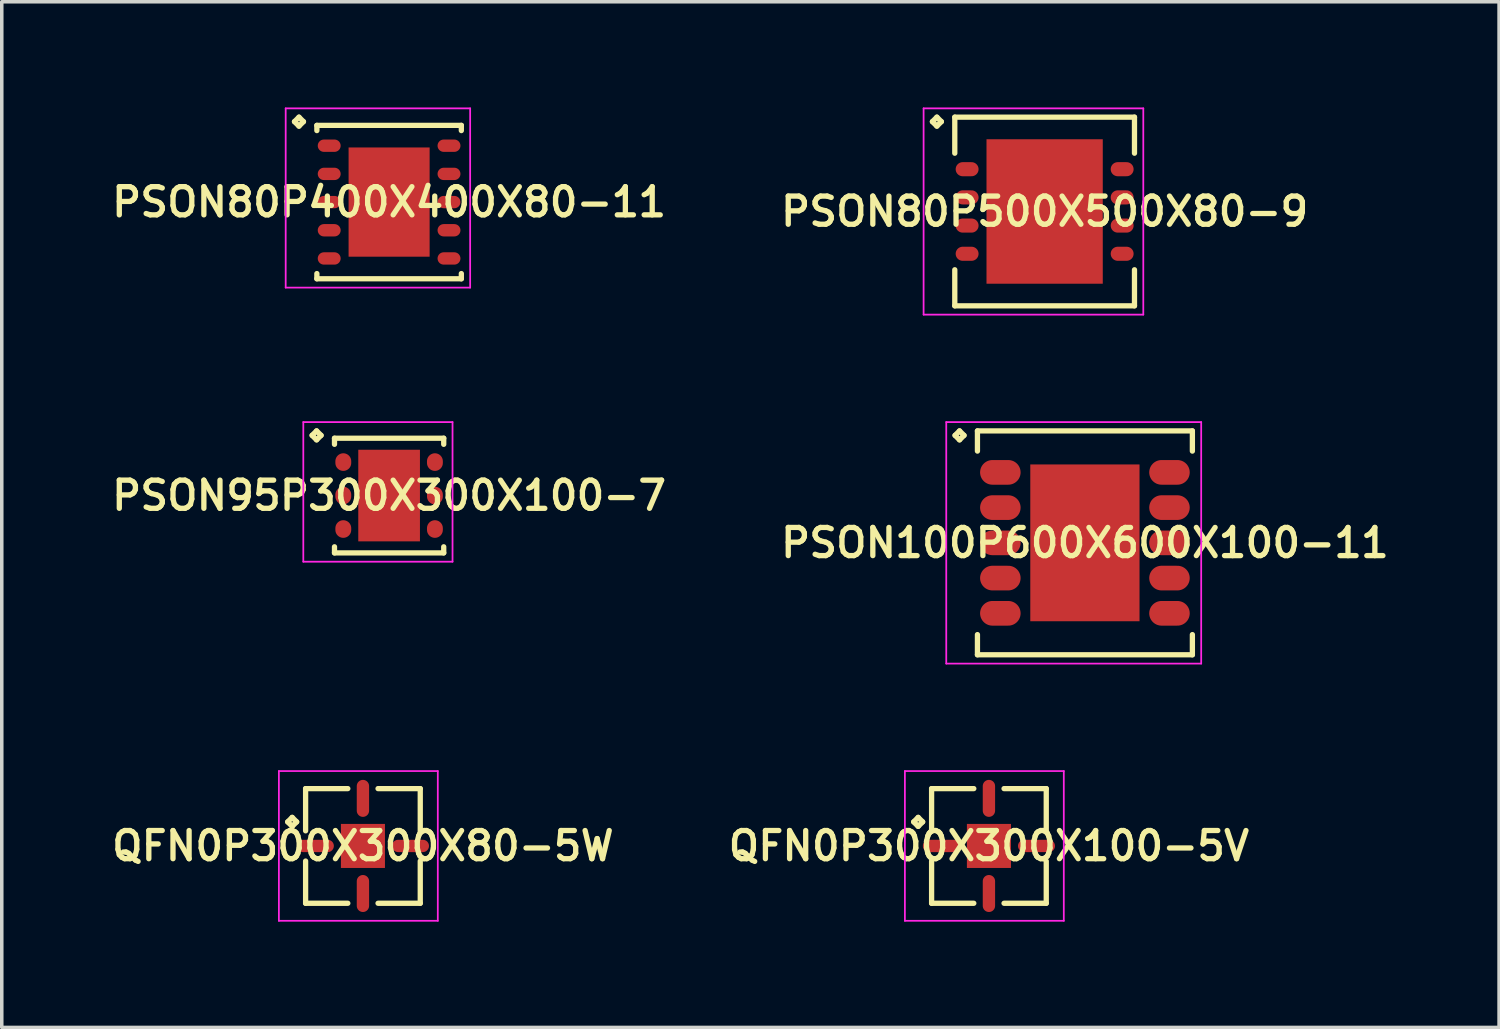
<source format=kicad_pcb>
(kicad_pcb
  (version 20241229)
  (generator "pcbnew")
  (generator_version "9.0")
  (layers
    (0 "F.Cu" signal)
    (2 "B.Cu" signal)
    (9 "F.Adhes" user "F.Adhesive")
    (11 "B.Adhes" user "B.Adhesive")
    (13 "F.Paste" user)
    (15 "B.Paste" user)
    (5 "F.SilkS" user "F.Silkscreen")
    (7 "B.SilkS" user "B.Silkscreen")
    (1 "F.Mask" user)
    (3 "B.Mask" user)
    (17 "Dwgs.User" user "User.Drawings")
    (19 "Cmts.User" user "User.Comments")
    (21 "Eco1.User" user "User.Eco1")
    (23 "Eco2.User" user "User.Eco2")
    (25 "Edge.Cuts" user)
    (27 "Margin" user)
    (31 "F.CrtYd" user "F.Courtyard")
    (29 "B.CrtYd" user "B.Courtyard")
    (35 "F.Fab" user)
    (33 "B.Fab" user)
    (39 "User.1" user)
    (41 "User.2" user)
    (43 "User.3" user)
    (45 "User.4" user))
  (footprint "PSON100P600X600X100-11"
    (layer "F.Cu")
    (at 27.74 12.356)
    (property "Reference" "PSON100P600X600X100-11" (at 0 0 0) (layer "F.SilkS") (effects (font (size 0.8 0.8) (thickness 0.15))))
    (attr smd)
    (fp_line (start -3.685 -3.05) (end -3.558 -3.177) (stroke (width 0.15) (type solid)) (layer "F.SilkS"))
    (fp_line (start -3.558 -3.177) (end -3.431 -3.05) (stroke (width 0.15) (type solid)) (layer "F.SilkS"))
    (fp_line (start -3.558 -2.923) (end -3.685 -3.05) (stroke (width 0.15) (type solid)) (layer "F.SilkS"))
    (fp_line (start -3.431 -3.05) (end -3.558 -2.923) (stroke (width 0.15) (type solid)) (layer "F.SilkS"))
    (fp_line (start -3.05 -3.177) (end 3.05 -3.177) (stroke (width 0.15) (type solid)) (layer "F.SilkS"))
    (fp_line (start -3.05 -2.604) (end -3.05 -3.177) (stroke (width 0.15) (type solid)) (layer "F.SilkS"))
    (fp_line (start -3.05 2.604) (end -3.05 3.177) (stroke (width 0.15) (type solid)) (layer "F.SilkS"))
    (fp_line (start -3.05 3.177) (end 3.05 3.177) (stroke (width 0.15) (type solid)) (layer "F.SilkS"))
    (fp_line (start 3.05 -3.177) (end 3.05 -2.604) (stroke (width 0.15) (type solid)) (layer "F.SilkS"))
    (fp_line (start 3.05 3.177) (end 3.05 2.604) (stroke (width 0.15) (type solid)) (layer "F.SilkS"))
    (fp_line (start -3.935 -3.427) (end 3.3 -3.427) (stroke (width 0.05) (type solid)) (layer "F.CrtYd"))
    (fp_line (start -3.935 3.427) (end -3.935 -3.427) (stroke (width 0.05) (type solid)) (layer "F.CrtYd"))
    (fp_line (start 3.3 -3.427) (end 3.3 3.427) (stroke (width 0.05) (type solid)) (layer "F.CrtYd"))
    (fp_line (start 3.3 3.427) (end -3.935 3.427) (stroke (width 0.05) (type solid)) (layer "F.CrtYd"))
    (pad "1" smd oval (at -2.4 -2) (size 1.15 0.7) (layers "F.Cu" "F.Mask" "F.Paste"))
    (pad "2" smd oval (at -2.4 -1) (size 1.15 0.7) (layers "F.Cu" "F.Mask" "F.Paste"))
    (pad "3" smd oval (at -2.4 0) (size 1.15 0.7) (layers "F.Cu" "F.Mask" "F.Paste"))
    (pad "4" smd oval (at -2.4 1) (size 1.15 0.7) (layers "F.Cu" "F.Mask" "F.Paste"))
    (pad "5" smd oval (at -2.4 2) (size 1.15 0.7) (layers "F.Cu" "F.Mask" "F.Paste"))
    (pad "6" smd oval (at 2.4 2) (size 1.15 0.7) (layers "F.Cu" "F.Mask" "F.Paste"))
    (pad "7" smd oval (at 2.4 1) (size 1.15 0.7) (layers "F.Cu" "F.Mask" "F.Paste"))
    (pad "8" smd oval (at 2.4 0) (size 1.15 0.7) (layers "F.Cu" "F.Mask" "F.Paste"))
    (pad "9" smd oval (at 2.4 -1) (size 1.15 0.7) (layers "F.Cu" "F.Mask" "F.Paste"))
    (pad "10" smd oval (at 2.4 -2) (size 1.15 0.7) (layers "F.Cu" "F.Mask" "F.Paste"))
    (pad "11" smd rect (at 0 0) (size 3.1 4.45) (layers "F.Cu" "F.Mask" "F.Paste")))
  (footprint "PSON80P500X500X80-9"
    (layer "F.Cu")
    (at 26.597 2.952)
    (property "Reference" "PSON80P500X500X80-9" (at 0 0 0) (layer "F.SilkS") (effects (font (size 0.8 0.8) (thickness 0.15))))
    (attr smd)
    (fp_line (start -3.185 -2.55) (end -3.058 -2.677) (stroke (width 0.15) (type solid)) (layer "F.SilkS"))
    (fp_line (start -3.058 -2.677) (end -2.931 -2.55) (stroke (width 0.15) (type solid)) (layer "F.SilkS"))
    (fp_line (start -3.058 -2.423) (end -3.185 -2.55) (stroke (width 0.15) (type solid)) (layer "F.SilkS"))
    (fp_line (start -2.931 -2.55) (end -3.058 -2.423) (stroke (width 0.15) (type solid)) (layer "F.SilkS"))
    (fp_line (start -2.55 -2.677) (end 2.55 -2.677) (stroke (width 0.15) (type solid)) (layer "F.SilkS"))
    (fp_line (start -2.55 -1.654) (end -2.55 -2.677) (stroke (width 0.15) (type solid)) (layer "F.SilkS"))
    (fp_line (start -2.55 1.654) (end -2.55 2.677) (stroke (width 0.15) (type solid)) (layer "F.SilkS"))
    (fp_line (start -2.55 2.677) (end 2.55 2.677) (stroke (width 0.15) (type solid)) (layer "F.SilkS"))
    (fp_line (start 2.55 -2.677) (end 2.55 -1.654) (stroke (width 0.15) (type solid)) (layer "F.SilkS"))
    (fp_line (start 2.55 2.677) (end 2.55 1.654) (stroke (width 0.15) (type solid)) (layer "F.SilkS"))
    (fp_line (start -3.435 -2.927) (end 2.8 -2.927) (stroke (width 0.05) (type solid)) (layer "F.CrtYd"))
    (fp_line (start -3.435 2.927) (end -3.435 -2.927) (stroke (width 0.05) (type solid)) (layer "F.CrtYd"))
    (fp_line (start 2.8 -2.927) (end 2.8 2.927) (stroke (width 0.05) (type solid)) (layer "F.CrtYd"))
    (fp_line (start 2.8 2.927) (end -3.435 2.927) (stroke (width 0.05) (type solid)) (layer "F.CrtYd"))
    (pad "1" smd oval (at -2.2 -1.2) (size 0.65 0.4) (layers "F.Cu" "F.Mask" "F.Paste"))
    (pad "2" smd oval (at -2.2 -0.4) (size 0.65 0.4) (layers "F.Cu" "F.Mask" "F.Paste"))
    (pad "3" smd oval (at -2.2 0.4) (size 0.65 0.4) (layers "F.Cu" "F.Mask" "F.Paste"))
    (pad "4" smd oval (at -2.2 1.2) (size 0.65 0.4) (layers "F.Cu" "F.Mask" "F.Paste"))
    (pad "5" smd oval (at 2.2 1.2) (size 0.65 0.4) (layers "F.Cu" "F.Mask" "F.Paste"))
    (pad "6" smd oval (at 2.2 0.4) (size 0.65 0.4) (layers "F.Cu" "F.Mask" "F.Paste"))
    (pad "7" smd oval (at 2.2 -0.4) (size 0.65 0.4) (layers "F.Cu" "F.Mask" "F.Paste"))
    (pad "8" smd oval (at 2.2 -1.2) (size 0.65 0.4) (layers "F.Cu" "F.Mask" "F.Paste"))
    (pad "9" smd rect (at 0 0) (size 3.3 4.1) (layers "F.Cu" "F.Mask" "F.Paste")))
  (footprint "QFN0P300X300X80-5W"
    (layer "F.Cu")
    (at 7.25 20.958)
    (property "Reference" "QFN0P300X300X80-5W" (at 0 0 0) (layer "F.SilkS") (effects (font (size 0.8 0.8) (thickness 0.15))))
    (attr smd)
    (fp_line (start -2.135 -0.683) (end -2.008 -0.81) (stroke (width 0.15) (type solid)) (layer "F.SilkS"))
    (fp_line (start -2.008 -0.81) (end -1.881 -0.683) (stroke (width 0.15) (type solid)) (layer "F.SilkS"))
    (fp_line (start -2.008 -0.556) (end -2.135 -0.683) (stroke (width 0.15) (type solid)) (layer "F.SilkS"))
    (fp_line (start -1.881 -0.683) (end -2.008 -0.556) (stroke (width 0.15) (type solid)) (layer "F.SilkS"))
    (fp_line (start -1.627 -1.627) (end -0.429 -1.627) (stroke (width 0.15) (type solid)) (layer "F.SilkS"))
    (fp_line (start -1.627 -0.429) (end -1.627 -1.627) (stroke (width 0.15) (type solid)) (layer "F.SilkS"))
    (fp_line (start -1.627 0.429) (end -1.627 1.627) (stroke (width 0.15) (type solid)) (layer "F.SilkS"))
    (fp_line (start -1.627 1.627) (end -0.429 1.627) (stroke (width 0.15) (type solid)) (layer "F.SilkS"))
    (fp_line (start 0.429 -1.627) (end 1.627 -1.627) (stroke (width 0.15) (type solid)) (layer "F.SilkS"))
    (fp_line (start 0.429 1.627) (end 1.627 1.627) (stroke (width 0.15) (type solid)) (layer "F.SilkS"))
    (fp_line (start 1.627 -1.627) (end 1.627 -0.429) (stroke (width 0.15) (type solid)) (layer "F.SilkS"))
    (fp_line (start 1.627 1.627) (end 1.627 0.429) (stroke (width 0.15) (type solid)) (layer "F.SilkS"))
    (fp_line (start -2.385 -2.125) (end 2.125 -2.125) (stroke (width 0.05) (type solid)) (layer "F.CrtYd"))
    (fp_line (start -2.385 2.125) (end -2.385 -2.125) (stroke (width 0.05) (type solid)) (layer "F.CrtYd"))
    (fp_line (start 2.125 -2.125) (end 2.125 2.125) (stroke (width 0.05) (type solid)) (layer "F.CrtYd"))
    (fp_line (start 2.125 2.125) (end -2.385 2.125) (stroke (width 0.05) (type solid)) (layer "F.CrtYd"))
    (pad "1" smd oval (at -1.35 0) (size 1.05 0.35) (layers "F.Cu" "F.Mask" "F.Paste"))
    (pad "2" smd oval (at 0 1.35) (size 0.35 1.05) (layers "F.Cu" "F.Mask" "F.Paste"))
    (pad "3" smd oval (at 1.35 0) (size 1.05 0.35) (layers "F.Cu" "F.Mask" "F.Paste"))
    (pad "4" smd oval (at 0 -1.35) (size 0.35 1.05) (layers "F.Cu" "F.Mask" "F.Paste"))
    (pad "5" smd rect (at 0 0) (size 1.25 1.25) (layers "F.Cu" "F.Mask" "F.Paste")))
  (footprint "QFN0P300X300X100-5V"
    (layer "F.Cu")
    (at 25.016 20.958)
    (property "Reference" "QFN0P300X300X100-5V" (at 0 0 0) (layer "F.SilkS") (effects (font (size 0.8 0.8) (thickness 0.15))))
    (attr smd)
    (fp_line (start -2.135 -0.683) (end -2.008 -0.81) (stroke (width 0.15) (type solid)) (layer "F.SilkS"))
    (fp_line (start -2.008 -0.81) (end -1.881 -0.683) (stroke (width 0.15) (type solid)) (layer "F.SilkS"))
    (fp_line (start -2.008 -0.556) (end -2.135 -0.683) (stroke (width 0.15) (type solid)) (layer "F.SilkS"))
    (fp_line (start -1.881 -0.683) (end -2.008 -0.556) (stroke (width 0.15) (type solid)) (layer "F.SilkS"))
    (fp_line (start -1.627 -1.627) (end -0.429 -1.627) (stroke (width 0.15) (type solid)) (layer "F.SilkS"))
    (fp_line (start -1.627 -0.429) (end -1.627 -1.627) (stroke (width 0.15) (type solid)) (layer "F.SilkS"))
    (fp_line (start -1.627 0.429) (end -1.627 1.627) (stroke (width 0.15) (type solid)) (layer "F.SilkS"))
    (fp_line (start -1.627 1.627) (end -0.429 1.627) (stroke (width 0.15) (type solid)) (layer "F.SilkS"))
    (fp_line (start 0.429 -1.627) (end 1.627 -1.627) (stroke (width 0.15) (type solid)) (layer "F.SilkS"))
    (fp_line (start 0.429 1.627) (end 1.627 1.627) (stroke (width 0.15) (type solid)) (layer "F.SilkS"))
    (fp_line (start 1.627 -1.627) (end 1.627 -0.429) (stroke (width 0.15) (type solid)) (layer "F.SilkS"))
    (fp_line (start 1.627 1.627) (end 1.627 0.429) (stroke (width 0.15) (type solid)) (layer "F.SilkS"))
    (fp_line (start -2.385 -2.125) (end 2.125 -2.125) (stroke (width 0.05) (type solid)) (layer "F.CrtYd"))
    (fp_line (start -2.385 2.125) (end -2.385 -2.125) (stroke (width 0.05) (type solid)) (layer "F.CrtYd"))
    (fp_line (start 2.125 -2.125) (end 2.125 2.125) (stroke (width 0.05) (type solid)) (layer "F.CrtYd"))
    (fp_line (start 2.125 2.125) (end -2.385 2.125) (stroke (width 0.05) (type solid)) (layer "F.CrtYd"))
    (pad "1" smd oval (at -1.35 0) (size 1.05 0.35) (layers "F.Cu" "F.Mask" "F.Paste"))
    (pad "2" smd oval (at 0 1.35) (size 0.35 1.05) (layers "F.Cu" "F.Mask" "F.Paste"))
    (pad "3" smd oval (at 1.35 0) (size 1.05 0.35) (layers "F.Cu" "F.Mask" "F.Paste"))
    (pad "4" smd oval (at 0 -1.35) (size 0.35 1.05) (layers "F.Cu" "F.Mask" "F.Paste"))
    (pad "5" smd rect (at 0 0) (size 1.25 1.25) (layers "F.Cu" "F.Mask" "F.Paste")))
  (footprint "PSON95P300X300X100-7"
    (layer "F.Cu")
    (at 7.993 11.014)
    (property "Reference" "PSON95P300X300X100-7" (at 0 0 0) (layer "F.SilkS") (effects (font (size 0.8 0.8) (thickness 0.15))))
    (attr smd)
    (fp_line (start -2.185 -1.708) (end -2.058 -1.835) (stroke (width 0.15) (type solid)) (layer "F.SilkS"))
    (fp_line (start -2.058 -1.835) (end -1.931 -1.708) (stroke (width 0.15) (type solid)) (layer "F.SilkS"))
    (fp_line (start -2.058 -1.581) (end -2.185 -1.708) (stroke (width 0.15) (type solid)) (layer "F.SilkS"))
    (fp_line (start -1.931 -1.708) (end -2.058 -1.581) (stroke (width 0.15) (type solid)) (layer "F.SilkS"))
    (fp_line (start -1.55 -1.627) (end 1.55 -1.627) (stroke (width 0.15) (type solid)) (layer "F.SilkS"))
    (fp_line (start -1.55 -1.454) (end -1.55 -1.627) (stroke (width 0.15) (type solid)) (layer "F.SilkS"))
    (fp_line (start -1.55 1.454) (end -1.55 1.627) (stroke (width 0.15) (type solid)) (layer "F.SilkS"))
    (fp_line (start -1.55 1.627) (end 1.55 1.627) (stroke (width 0.15) (type solid)) (layer "F.SilkS"))
    (fp_line (start 1.55 -1.627) (end 1.55 -1.454) (stroke (width 0.15) (type solid)) (layer "F.SilkS"))
    (fp_line (start 1.55 1.627) (end 1.55 1.454) (stroke (width 0.15) (type solid)) (layer "F.SilkS"))
    (fp_line (start -2.435 -2.085) (end 1.8 -2.085) (stroke (width 0.05) (type solid)) (layer "F.CrtYd"))
    (fp_line (start -2.435 1.877) (end -2.435 -2.085) (stroke (width 0.05) (type solid)) (layer "F.CrtYd"))
    (fp_line (start 1.8 -2.085) (end 1.8 1.877) (stroke (width 0.05) (type solid)) (layer "F.CrtYd"))
    (fp_line (start 1.8 1.877) (end -2.435 1.877) (stroke (width 0.05) (type solid)) (layer "F.CrtYd"))
    (pad "1" smd oval (at -1.3 -0.95) (size 0.45 0.5) (layers "F.Cu" "F.Mask" "F.Paste"))
    (pad "2" smd oval (at -1.3 0) (size 0.45 0.5) (layers "F.Cu" "F.Mask" "F.Paste"))
    (pad "3" smd oval (at -1.3 0.95) (size 0.45 0.5) (layers "F.Cu" "F.Mask" "F.Paste"))
    (pad "4" smd oval (at 1.3 0.95) (size 0.45 0.5) (layers "F.Cu" "F.Mask" "F.Paste"))
    (pad "5" smd oval (at 1.3 0) (size 0.45 0.5) (layers "F.Cu" "F.Mask" "F.Paste"))
    (pad "6" smd oval (at 1.3 -0.95) (size 0.45 0.5) (layers "F.Cu" "F.Mask" "F.Paste"))
    (pad "7" smd rect (at 0 0) (size 1.75 2.6) (layers "F.Cu" "F.Mask" "F.Paste")))
  (footprint "PSON80P400X400X80-11"
    (layer "F.Cu")
    (at 7.993 2.685)
    (property "Reference" "PSON80P400X400X80-11" (at 0 0 0) (layer "F.SilkS") (effects (font (size 0.8 0.8) (thickness 0.15))))
    (attr smd)
    (fp_line (start -2.685 -2.283) (end -2.558 -2.41) (stroke (width 0.15) (type solid)) (layer "F.SilkS"))
    (fp_line (start -2.558 -2.41) (end -2.431 -2.283) (stroke (width 0.15) (type solid)) (layer "F.SilkS"))
    (fp_line (start -2.558 -2.156) (end -2.685 -2.283) (stroke (width 0.15) (type solid)) (layer "F.SilkS"))
    (fp_line (start -2.431 -2.283) (end -2.558 -2.156) (stroke (width 0.15) (type solid)) (layer "F.SilkS"))
    (fp_line (start -2.05 -2.177) (end 2.05 -2.177) (stroke (width 0.15) (type solid)) (layer "F.SilkS"))
    (fp_line (start -2.05 -2.029) (end -2.05 -2.177) (stroke (width 0.15) (type solid)) (layer "F.SilkS"))
    (fp_line (start -2.05 2.029) (end -2.05 2.177) (stroke (width 0.15) (type solid)) (layer "F.SilkS"))
    (fp_line (start -2.05 2.177) (end 2.05 2.177) (stroke (width 0.15) (type solid)) (layer "F.SilkS"))
    (fp_line (start 2.05 -2.177) (end 2.05 -2.029) (stroke (width 0.15) (type solid)) (layer "F.SilkS"))
    (fp_line (start 2.05 2.177) (end 2.05 2.029) (stroke (width 0.15) (type solid)) (layer "F.SilkS"))
    (fp_line (start -2.935 -2.66) (end 2.3 -2.66) (stroke (width 0.05) (type solid)) (layer "F.CrtYd"))
    (fp_line (start -2.935 2.427) (end -2.935 -2.66) (stroke (width 0.05) (type solid)) (layer "F.CrtYd"))
    (fp_line (start 2.3 -2.66) (end 2.3 2.427) (stroke (width 0.05) (type solid)) (layer "F.CrtYd"))
    (fp_line (start 2.3 2.427) (end -2.935 2.427) (stroke (width 0.05) (type solid)) (layer "F.CrtYd"))
    (pad "1" smd oval (at -1.7 -1.6) (size 0.65 0.35) (layers "F.Cu" "F.Mask" "F.Paste"))
    (pad "2" smd oval (at -1.7 -0.8) (size 0.65 0.35) (layers "F.Cu" "F.Mask" "F.Paste"))
    (pad "3" smd oval (at -1.7 0) (size 0.65 0.35) (layers "F.Cu" "F.Mask" "F.Paste"))
    (pad "4" smd oval (at -1.7 0.8) (size 0.65 0.35) (layers "F.Cu" "F.Mask" "F.Paste"))
    (pad "5" smd oval (at -1.7 1.6) (size 0.65 0.35) (layers "F.Cu" "F.Mask" "F.Paste"))
    (pad "6" smd oval (at 1.7 1.6) (size 0.65 0.35) (layers "F.Cu" "F.Mask" "F.Paste"))
    (pad "7" smd oval (at 1.7 0.8) (size 0.65 0.35) (layers "F.Cu" "F.Mask" "F.Paste"))
    (pad "8" smd oval (at 1.7 0) (size 0.65 0.35) (layers "F.Cu" "F.Mask" "F.Paste"))
    (pad "9" smd oval (at 1.7 -0.8) (size 0.65 0.35) (layers "F.Cu" "F.Mask" "F.Paste"))
    (pad "10" smd oval (at 1.7 -1.6) (size 0.65 0.35) (layers "F.Cu" "F.Mask" "F.Paste"))
    (pad "11" smd rect (at 0 0) (size 2.3 3.1) (layers "F.Cu" "F.Mask" "F.Paste")))
  (gr_rect
    (start -3 -3)
    (end 39.494 26.108)
    (stroke (width 0.1) (type default))
    (fill no)
    (layer "Edge.Cuts")))
</source>
